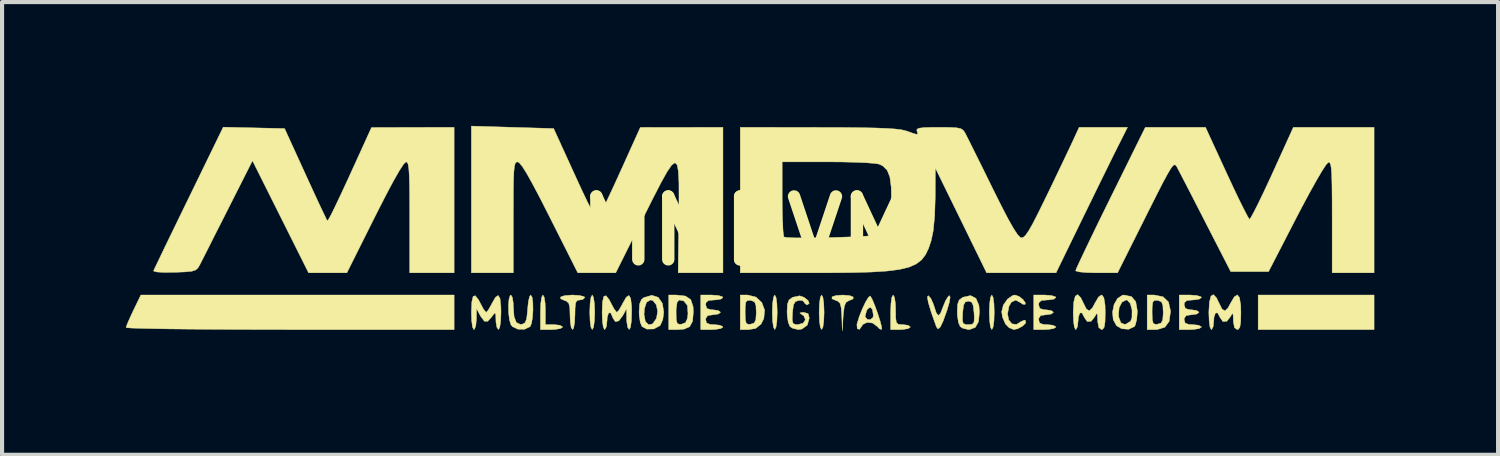
<source format=kicad_pcb>
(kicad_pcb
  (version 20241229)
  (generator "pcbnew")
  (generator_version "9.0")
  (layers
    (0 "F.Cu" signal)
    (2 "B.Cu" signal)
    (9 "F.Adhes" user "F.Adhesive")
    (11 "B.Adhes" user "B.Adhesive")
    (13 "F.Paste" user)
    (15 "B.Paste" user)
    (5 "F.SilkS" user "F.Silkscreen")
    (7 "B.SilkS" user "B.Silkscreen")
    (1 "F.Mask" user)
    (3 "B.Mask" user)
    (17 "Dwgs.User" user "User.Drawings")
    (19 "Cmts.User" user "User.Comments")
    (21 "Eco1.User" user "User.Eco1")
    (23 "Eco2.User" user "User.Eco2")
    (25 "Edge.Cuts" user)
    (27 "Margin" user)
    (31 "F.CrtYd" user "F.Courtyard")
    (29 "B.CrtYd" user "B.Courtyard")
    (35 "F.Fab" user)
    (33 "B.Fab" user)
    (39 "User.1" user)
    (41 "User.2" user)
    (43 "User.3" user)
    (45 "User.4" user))
  (footprint "MMDVM"
    (layer "F.Cu")
    (at 15.066 2.545)
    (property "Reference" "MMDVM" (at 0 0 0) (layer "F.SilkS") (effects (font (size 1.524 1.524) (thickness 0.3))))
    (attr through_hole)
    (fp_poly (pts (xy 15.18 2.391) (xy 12.371 2.391) (xy 12.371 1.554) (xy 15.18 1.554) (xy 15.18 2.391)) (stroke (width 0.01) (type solid)) (fill yes) (layer "F.SilkS"))
    (fp_poly (pts (xy -3.735 1.609) (xy -3.713 1.757) (xy -3.705 1.972) (xy -3.705 1.972) (xy -3.713 2.187) (xy -3.734 2.335) (xy -3.765 2.391) (xy -3.765 2.391) (xy -3.796 2.335) (xy -3.817 2.187) (xy -3.825 1.973) (xy -3.825 1.972) (xy -3.817 1.758) (xy -3.796 1.609) (xy -3.765 1.554) (xy -3.765 1.554) (xy -3.735 1.609)) (stroke (width 0.01) (type solid)) (fill yes) (layer "F.SilkS"))
    (fp_poly (pts (xy 0.688 1.609) (xy 0.709 1.757) (xy 0.717 1.972) (xy 0.717 1.972) (xy 0.709 2.187) (xy 0.688 2.335) (xy 0.657 2.391) (xy 0.657 2.391) (xy 0.627 2.335) (xy 0.606 2.187) (xy 0.598 1.973) (xy 0.598 1.972) (xy 0.606 1.758) (xy 0.627 1.609) (xy 0.657 1.554) (xy 0.657 1.554) (xy 0.688 1.609)) (stroke (width 0.01) (type solid)) (fill yes) (layer "F.SilkS"))
    (fp_poly (pts (xy 1.824 1.609) (xy 1.845 1.757) (xy 1.853 1.972) (xy 1.853 1.972) (xy 1.845 2.187) (xy 1.824 2.335) (xy 1.793 2.391) (xy 1.793 2.391) (xy 1.762 2.335) (xy 1.741 2.187) (xy 1.733 1.973) (xy 1.733 1.972) (xy 1.741 1.758) (xy 1.762 1.609) (xy 1.793 1.554) (xy 1.793 1.554) (xy 1.824 1.609)) (stroke (width 0.01) (type solid)) (fill yes) (layer "F.SilkS"))
    (fp_poly (pts (xy 5.947 1.609) (xy 5.969 1.757) (xy 5.976 1.972) (xy 5.976 1.972) (xy 5.969 2.187) (xy 5.947 2.335) (xy 5.917 2.391) (xy 5.917 2.391) (xy 5.886 2.335) (xy 5.865 2.187) (xy 5.857 1.973) (xy 5.857 1.972) (xy 5.865 1.758) (xy 5.886 1.609) (xy 5.917 1.554) (xy 5.917 1.554) (xy 5.947 1.609)) (stroke (width 0.01) (type solid)) (fill yes) (layer "F.SilkS"))
    (fp_poly (pts (xy -4.929 1.608) (xy -4.907 1.751) (xy -4.901 1.912) (xy -4.901 2.271) (xy -4.692 2.271) (xy -4.553 2.286) (xy -4.484 2.323) (xy -4.482 2.331) (xy -4.536 2.366) (xy -4.671 2.388) (xy -4.751 2.391) (xy -5.02 2.391) (xy -5.02 1.972) (xy -5.012 1.758) (xy -4.991 1.609) (xy -4.961 1.554) (xy -4.96 1.554) (xy -4.929 1.608)) (stroke (width 0.01) (type solid)) (fill yes) (layer "F.SilkS"))
    (fp_poly (pts (xy -7.112 2.391) (xy -11.086 2.391) (xy -11.764 2.39) (xy -12.404 2.388) (xy -12.999 2.384) (xy -13.538 2.38) (xy -14.01 2.375) (xy -14.408 2.368) (xy -14.719 2.361) (xy -14.936 2.354) (xy -15.047 2.345) (xy -15.061 2.341) (xy -15.036 2.266) (xy -14.972 2.117) (xy -14.883 1.925) (xy -14.882 1.923) (xy -14.703 1.554) (xy -7.112 1.554) (xy -7.112 2.391)) (stroke (width 0.01) (type solid)) (fill yes) (layer "F.SilkS"))
    (fp_poly (pts (xy 2.473 1.568) (xy 2.561 1.603) (xy 2.553 1.649) (xy 2.454 1.69) (xy 2.385 1.73) (xy 2.344 1.823) (xy 2.321 1.998) (xy 2.315 2.07) (xy 2.294 2.42) (xy 2.282 2.071) (xy 2.269 1.869) (xy 2.241 1.756) (xy 2.185 1.702) (xy 2.152 1.691) (xy 2.045 1.645) (xy 2.045 1.599) (xy 2.141 1.566) (xy 2.301 1.554) (xy 2.473 1.568)) (stroke (width 0.01) (type solid)) (fill yes) (layer "F.SilkS"))
    (fp_poly (pts (xy 3.558 1.608) (xy 3.58 1.751) (xy 3.586 1.912) (xy 3.588 2.111) (xy 3.605 2.218) (xy 3.649 2.262) (xy 3.736 2.271) (xy 3.765 2.271) (xy 3.891 2.288) (xy 3.944 2.33) (xy 3.944 2.331) (xy 3.891 2.368) (xy 3.759 2.389) (xy 3.705 2.391) (xy 3.466 2.391) (xy 3.466 1.972) (xy 3.474 1.758) (xy 3.495 1.609) (xy 3.526 1.554) (xy 3.526 1.554) (xy 3.558 1.608)) (stroke (width 0.01) (type solid)) (fill yes) (layer "F.SilkS"))
    (fp_poly (pts (xy 4.908 1.606) (xy 4.885 1.741) (xy 4.831 1.923) (xy 4.739 2.182) (xy 4.668 2.33) (xy 4.615 2.376) (xy 4.575 2.326) (xy 4.452 1.979) (xy 4.379 1.738) (xy 4.355 1.602) (xy 4.379 1.569) (xy 4.441 1.638) (xy 4.502 1.776) (xy 4.512 1.808) (xy 4.571 1.987) (xy 4.622 2.05) (xy 4.674 1.999) (xy 4.734 1.845) (xy 4.799 1.686) (xy 4.865 1.584) (xy 4.887 1.568) (xy 4.908 1.606)) (stroke (width 0.01) (type solid)) (fill yes) (layer "F.SilkS"))
    (fp_poly (pts (xy -4.073 1.565) (xy -3.965 1.592) (xy -3.944 1.614) (xy -3.995 1.662) (xy -4.064 1.673) (xy -4.131 1.686) (xy -4.167 1.744) (xy -4.181 1.873) (xy -4.184 2.032) (xy -4.193 2.223) (xy -4.216 2.352) (xy -4.243 2.391) (xy -4.276 2.337) (xy -4.297 2.197) (xy -4.303 2.056) (xy -4.309 1.86) (xy -4.335 1.752) (xy -4.39 1.702) (xy -4.423 1.691) (xy -4.53 1.645) (xy -4.53 1.601) (xy -4.435 1.568) (xy -4.254 1.554) (xy -4.243 1.554) (xy -4.073 1.565)) (stroke (width 0.01) (type solid)) (fill yes) (layer "F.SilkS"))
    (fp_poly (pts (xy -1.507 1.579) (xy -1.378 1.665) (xy -1.322 1.833) (xy -1.315 1.962) (xy -1.334 2.189) (xy -1.404 2.321) (xy -1.542 2.381) (xy -1.685 2.391) (xy -1.912 2.391) (xy -1.912 1.976) (xy -1.733 1.976) (xy -1.729 2.154) (xy -1.706 2.241) (xy -1.652 2.265) (xy -1.599 2.26) (xy -1.506 2.224) (xy -1.46 2.126) (xy -1.445 2.008) (xy -1.459 1.808) (xy -1.543 1.7) (xy -1.658 1.674) (xy -1.709 1.73) (xy -1.732 1.9) (xy -1.733 1.976) (xy -1.912 1.976) (xy -1.912 1.554) (xy -1.729 1.554) (xy -1.507 1.579)) (stroke (width 0.01) (type solid)) (fill yes) (layer "F.SilkS"))
    (fp_poly (pts (xy 6.575 1.587) (xy 6.671 1.661) (xy 6.729 1.741) (xy 6.725 1.781) (xy 6.662 1.775) (xy 6.621 1.744) (xy 6.498 1.677) (xy 6.392 1.725) (xy 6.333 1.827) (xy 6.298 2.011) (xy 6.328 2.16) (xy 6.407 2.253) (xy 6.517 2.266) (xy 6.621 2.2) (xy 6.704 2.162) (xy 6.737 2.175) (xy 6.734 2.237) (xy 6.655 2.312) (xy 6.54 2.372) (xy 6.447 2.391) (xy 6.336 2.345) (xy 6.249 2.258) (xy 6.177 2.094) (xy 6.156 1.959) (xy 6.197 1.797) (xy 6.299 1.651) (xy 6.427 1.563) (xy 6.48 1.554) (xy 6.575 1.587)) (stroke (width 0.01) (type solid)) (fill yes) (layer "F.SilkS"))
    (fp_poly (pts (xy 0.202 1.604) (xy 0.343 1.735) (xy 0.412 1.918) (xy 0.393 2.123) (xy 0.325 2.258) (xy 0.194 2.364) (xy 0.026 2.391) (xy -0.179 2.391) (xy -0.179 1.972) (xy -0.06 1.972) (xy -0.055 2.152) (xy -0.033 2.24) (xy 0.019 2.265) (xy 0.075 2.26) (xy 0.159 2.232) (xy 0.198 2.157) (xy 0.209 2.002) (xy 0.209 1.972) (xy 0.201 1.803) (xy 0.167 1.719) (xy 0.09 1.687) (xy 0.075 1.684) (xy -0.004 1.683) (xy -0.044 1.728) (xy -0.058 1.846) (xy -0.06 1.972) (xy -0.179 1.972) (xy -0.179 1.554) (xy 0 1.554) (xy 0.202 1.604)) (stroke (width 0.01) (type solid)) (fill yes) (layer "F.SilkS"))
    (fp_poly (pts (xy -5.222 1.607) (xy -5.204 1.74) (xy -5.201 1.916) (xy -5.213 2.098) (xy -5.238 2.246) (xy -5.271 2.319) (xy -5.404 2.383) (xy -5.565 2.382) (xy -5.7 2.319) (xy -5.735 2.275) (xy -5.771 2.155) (xy -5.791 1.986) (xy -5.795 1.805) (xy -5.782 1.651) (xy -5.753 1.562) (xy -5.737 1.554) (xy -5.702 1.607) (xy -5.68 1.744) (xy -5.677 1.838) (xy -5.659 2.081) (xy -5.604 2.22) (xy -5.507 2.266) (xy -5.461 2.261) (xy -5.395 2.227) (xy -5.356 2.137) (xy -5.335 1.963) (xy -5.331 1.897) (xy -5.312 1.712) (xy -5.283 1.588) (xy -5.256 1.554) (xy -5.222 1.607)) (stroke (width 0.01) (type solid)) (fill yes) (layer "F.SilkS"))
    (fp_poly (pts (xy 10.066 1.596) (xy 10.198 1.722) (xy 10.247 1.935) (xy 10.247 1.959) (xy 10.214 2.193) (xy 10.112 2.333) (xy 9.932 2.389) (xy 9.884 2.391) (xy 9.682 2.391) (xy 9.682 1.972) (xy 9.801 1.972) (xy 9.806 2.152) (xy 9.828 2.24) (xy 9.881 2.265) (xy 9.936 2.26) (xy 10.02 2.232) (xy 10.059 2.157) (xy 10.07 2.002) (xy 10.07 1.972) (xy 10.062 1.803) (xy 10.028 1.719) (xy 9.951 1.687) (xy 9.936 1.684) (xy 9.857 1.683) (xy 9.817 1.728) (xy 9.803 1.846) (xy 9.801 1.972) (xy 9.682 1.972) (xy 9.682 1.554) (xy 9.85 1.554) (xy 10.066 1.596)) (stroke (width 0.01) (type solid)) (fill yes) (layer "F.SilkS"))
    (fp_poly (pts (xy -2.165 1.611) (xy -2.065 1.758) (xy -2.032 1.972) (xy -2.056 2.153) (xy -2.117 2.287) (xy -2.126 2.297) (xy -2.273 2.376) (xy -2.44 2.38) (xy -2.558 2.319) (xy -2.601 2.22) (xy -2.626 2.051) (xy -2.627 2.027) (xy -2.51 2.027) (xy -2.478 2.196) (xy -2.4 2.274) (xy -2.303 2.254) (xy -2.214 2.127) (xy -2.206 2.108) (xy -2.18 1.942) (xy -2.214 1.789) (xy -2.294 1.69) (xy -2.353 1.673) (xy -2.449 1.728) (xy -2.501 1.886) (xy -2.51 2.027) (xy -2.627 2.027) (xy -2.63 1.962) (xy -2.617 1.77) (xy -2.571 1.661) (xy -2.514 1.616) (xy -2.32 1.56) (xy -2.165 1.611)) (stroke (width 0.01) (type solid)) (fill yes) (layer "F.SilkS"))
    (fp_poly (pts (xy 9.301 1.592) (xy 9.405 1.713) (xy 9.442 1.928) (xy 9.443 1.962) (xy 9.429 2.146) (xy 9.393 2.284) (xy 9.371 2.319) (xy 9.232 2.384) (xy 9.064 2.37) (xy 8.939 2.297) (xy 8.859 2.151) (xy 8.848 2.032) (xy 8.986 2.032) (xy 8.996 2.099) (xy 9.044 2.226) (xy 9.128 2.263) (xy 9.164 2.26) (xy 9.28 2.191) (xy 9.313 2.101) (xy 9.315 1.915) (xy 9.274 1.762) (xy 9.202 1.679) (xy 9.175 1.673) (xy 9.071 1.726) (xy 9.003 1.858) (xy 8.986 2.032) (xy 8.848 2.032) (xy 8.842 1.968) (xy 8.88 1.784) (xy 8.964 1.636) (xy 9.084 1.558) (xy 9.122 1.554) (xy 9.301 1.592)) (stroke (width 0.01) (type solid)) (fill yes) (layer "F.SilkS"))
    (fp_poly (pts (xy -0.706 1.566) (xy -0.61 1.596) (xy -0.598 1.614) (xy -0.65 1.653) (xy -0.779 1.673) (xy -0.807 1.673) (xy -0.951 1.687) (xy -1.009 1.739) (xy -1.016 1.793) (xy -0.988 1.88) (xy -0.883 1.911) (xy -0.837 1.912) (xy -0.711 1.93) (xy -0.657 1.971) (xy -0.657 1.972) (xy -0.709 2.014) (xy -0.834 2.032) (xy -0.837 2.032) (xy -0.968 2.051) (xy -1.014 2.121) (xy -1.016 2.152) (xy -0.993 2.234) (xy -0.901 2.267) (xy -0.807 2.271) (xy -0.669 2.286) (xy -0.599 2.323) (xy -0.598 2.331) (xy -0.651 2.366) (xy -0.786 2.388) (xy -0.867 2.391) (xy -1.136 2.391) (xy -1.136 1.554) (xy -0.867 1.554) (xy -0.706 1.566)) (stroke (width 0.01) (type solid)) (fill yes) (layer "F.SilkS"))
    (fp_poly (pts (xy 7.362 1.566) (xy 7.458 1.596) (xy 7.471 1.614) (xy 7.418 1.653) (xy 7.289 1.673) (xy 7.261 1.673) (xy 7.117 1.687) (xy 7.059 1.739) (xy 7.052 1.793) (xy 7.08 1.88) (xy 7.185 1.911) (xy 7.232 1.912) (xy 7.357 1.93) (xy 7.411 1.971) (xy 7.411 1.972) (xy 7.359 2.014) (xy 7.234 2.032) (xy 7.232 2.032) (xy 7.1 2.051) (xy 7.054 2.121) (xy 7.052 2.152) (xy 7.076 2.234) (xy 7.167 2.267) (xy 7.261 2.271) (xy 7.4 2.286) (xy 7.469 2.323) (xy 7.471 2.331) (xy 7.417 2.366) (xy 7.282 2.388) (xy 7.202 2.391) (xy 6.933 2.391) (xy 6.933 1.554) (xy 7.202 1.554) (xy 7.362 1.566)) (stroke (width 0.01) (type solid)) (fill yes) (layer "F.SilkS"))
    (fp_poly (pts (xy 10.888 1.566) (xy 10.984 1.596) (xy 10.997 1.614) (xy 10.944 1.653) (xy 10.815 1.673) (xy 10.788 1.673) (xy 10.643 1.687) (xy 10.585 1.739) (xy 10.578 1.793) (xy 10.607 1.88) (xy 10.711 1.911) (xy 10.758 1.912) (xy 10.884 1.93) (xy 10.937 1.971) (xy 10.937 1.972) (xy 10.885 2.014) (xy 10.76 2.032) (xy 10.758 2.032) (xy 10.626 2.051) (xy 10.58 2.121) (xy 10.578 2.152) (xy 10.602 2.234) (xy 10.693 2.267) (xy 10.788 2.271) (xy 10.926 2.286) (xy 10.995 2.323) (xy 10.997 2.331) (xy 10.943 2.366) (xy 10.808 2.388) (xy 10.728 2.391) (xy 10.459 2.391) (xy 10.459 1.554) (xy 10.728 1.554) (xy 10.888 1.566)) (stroke (width 0.01) (type solid)) (fill yes) (layer "F.SilkS"))
    (fp_poly (pts (xy 2.973 1.579) (xy 3.02 1.66) (xy 3.082 1.81) (xy 3.149 1.993) (xy 3.207 2.175) (xy 3.245 2.318) (xy 3.25 2.388) (xy 3.249 2.388) (xy 3.195 2.373) (xy 3.141 2.316) (xy 3.03 2.233) (xy 2.897 2.216) (xy 2.792 2.266) (xy 2.771 2.301) (xy 2.71 2.386) (xy 2.657 2.37) (xy 2.648 2.269) (xy 2.653 2.247) (xy 2.706 2.075) (xy 2.845 2.075) (xy 2.897 2.142) (xy 2.968 2.152) (xy 3.035 2.103) (xy 3.047 2.047) (xy 3.024 1.902) (xy 2.97 1.848) (xy 2.904 1.896) (xy 2.883 1.935) (xy 2.845 2.075) (xy 2.706 2.075) (xy 2.707 2.072) (xy 2.781 1.887) (xy 2.859 1.723) (xy 2.927 1.61) (xy 2.972 1.577) (xy 2.973 1.579)) (stroke (width 0.01) (type solid)) (fill yes) (layer "F.SilkS"))
    (fp_poly (pts (xy 5.532 1.634) (xy 5.604 1.801) (xy 5.618 1.962) (xy 5.595 2.198) (xy 5.52 2.336) (xy 5.386 2.389) (xy 5.349 2.391) (xy 5.212 2.358) (xy 5.152 2.319) (xy 5.109 2.22) (xy 5.1 2.158) (xy 5.205 2.158) (xy 5.224 2.242) (xy 5.286 2.269) (xy 5.349 2.271) (xy 5.442 2.263) (xy 5.485 2.217) (xy 5.493 2.103) (xy 5.487 1.987) (xy 5.467 1.812) (xy 5.43 1.727) (xy 5.359 1.703) (xy 5.349 1.703) (xy 5.274 1.722) (xy 5.233 1.799) (xy 5.213 1.963) (xy 5.211 1.987) (xy 5.205 2.158) (xy 5.1 2.158) (xy 5.083 2.051) (xy 5.08 1.959) (xy 5.089 1.776) (xy 5.127 1.674) (xy 5.208 1.613) (xy 5.222 1.606) (xy 5.402 1.567) (xy 5.532 1.634)) (stroke (width 0.01) (type solid)) (fill yes) (layer "F.SilkS"))
    (fp_poly (pts (xy 1.367 1.61) (xy 1.465 1.687) (xy 1.493 1.759) (xy 1.44 1.793) (xy 1.434 1.793) (xy 1.377 1.747) (xy 1.375 1.729) (xy 1.325 1.687) (xy 1.24 1.684) (xy 1.156 1.714) (xy 1.111 1.793) (xy 1.09 1.953) (xy 1.087 1.987) (xy 1.081 2.158) (xy 1.101 2.242) (xy 1.161 2.269) (xy 1.216 2.271) (xy 1.344 2.236) (xy 1.4 2.155) (xy 1.365 2.064) (xy 1.327 2.035) (xy 1.265 1.991) (xy 1.311 1.975) (xy 1.36 1.974) (xy 1.466 2.004) (xy 1.494 2.11) (xy 1.447 2.283) (xy 1.316 2.378) (xy 1.225 2.391) (xy 1.088 2.358) (xy 1.028 2.319) (xy 0.985 2.22) (xy 0.96 2.051) (xy 0.956 1.959) (xy 0.965 1.776) (xy 1.003 1.674) (xy 1.085 1.613) (xy 1.098 1.606) (xy 1.261 1.573) (xy 1.367 1.61)) (stroke (width 0.01) (type solid)) (fill yes) (layer "F.SilkS"))
    (fp_poly (pts (xy -6 1.638) (xy -5.979 1.827) (xy -5.976 1.972) (xy -5.984 2.187) (xy -6.006 2.335) (xy -6.036 2.391) (xy -6.036 2.391) (xy -6.075 2.338) (xy -6.098 2.207) (xy -6.099 2.166) (xy -6.104 2.024) (xy -6.123 1.987) (xy -6.172 2.042) (xy -6.196 2.077) (xy -6.295 2.188) (xy -6.376 2.19) (xy -6.462 2.079) (xy -6.48 2.047) (xy -6.569 1.883) (xy -6.572 2.137) (xy -6.586 2.292) (xy -6.618 2.382) (xy -6.634 2.391) (xy -6.665 2.335) (xy -6.686 2.187) (xy -6.694 1.973) (xy -6.694 1.972) (xy -6.683 1.722) (xy -6.652 1.588) (xy -6.599 1.571) (xy -6.522 1.668) (xy -6.472 1.763) (xy -6.4 1.897) (xy -6.344 1.968) (xy -6.335 1.972) (xy -6.288 1.924) (xy -6.218 1.803) (xy -6.198 1.763) (xy -6.108 1.607) (xy -6.043 1.565) (xy -6 1.638)) (stroke (width 0.01) (type solid)) (fill yes) (layer "F.SilkS"))
    (fp_poly (pts (xy -2.833 1.638) (xy -2.812 1.827) (xy -2.809 1.972) (xy -2.817 2.187) (xy -2.838 2.335) (xy -2.869 2.391) (xy -2.869 2.391) (xy -2.906 2.337) (xy -2.928 2.203) (xy -2.931 2.137) (xy -2.933 1.883) (xy -3.022 2.047) (xy -3.12 2.179) (xy -3.204 2.2) (xy -3.265 2.109) (xy -3.27 2.092) (xy -3.318 1.986) (xy -3.367 1.988) (xy -3.401 2.087) (xy -3.407 2.181) (xy -3.422 2.32) (xy -3.459 2.389) (xy -3.466 2.391) (xy -3.497 2.335) (xy -3.518 2.187) (xy -3.526 1.973) (xy -3.526 1.972) (xy -3.516 1.722) (xy -3.485 1.588) (xy -3.431 1.571) (xy -3.354 1.668) (xy -3.305 1.763) (xy -3.232 1.897) (xy -3.177 1.968) (xy -3.168 1.972) (xy -3.12 1.924) (xy -3.05 1.803) (xy -3.03 1.763) (xy -2.941 1.607) (xy -2.875 1.565) (xy -2.833 1.638)) (stroke (width 0.01) (type solid)) (fill yes) (layer "F.SilkS"))
    (fp_poly (pts (xy 8.073 1.62) (xy 8.129 1.734) (xy 8.209 1.894) (xy 8.279 1.938) (xy 8.353 1.868) (xy 8.407 1.766) (xy 8.504 1.6) (xy 8.58 1.55) (xy 8.632 1.617) (xy 8.661 1.798) (xy 8.666 1.972) (xy 8.661 2.2) (xy 8.642 2.33) (xy 8.604 2.384) (xy 8.576 2.391) (xy 8.511 2.346) (xy 8.484 2.203) (xy 8.483 2.166) (xy 8.477 2.029) (xy 8.46 1.998) (xy 8.422 2.06) (xy 8.414 2.077) (xy 8.324 2.19) (xy 8.23 2.196) (xy 8.159 2.096) (xy 8.158 2.092) (xy 8.102 1.986) (xy 8.049 1.99) (xy 8.014 2.093) (xy 8.008 2.181) (xy 7.993 2.32) (xy 7.957 2.389) (xy 7.949 2.391) (xy 7.918 2.335) (xy 7.897 2.187) (xy 7.889 1.973) (xy 7.889 1.972) (xy 7.903 1.724) (xy 7.94 1.58) (xy 7.999 1.544) (xy 8.073 1.62)) (stroke (width 0.01) (type solid)) (fill yes) (layer "F.SilkS"))
    (fp_poly (pts (xy 11.36 1.62) (xy 11.416 1.734) (xy 11.496 1.894) (xy 11.566 1.938) (xy 11.64 1.868) (xy 11.695 1.766) (xy 11.791 1.6) (xy 11.867 1.55) (xy 11.919 1.617) (xy 11.948 1.798) (xy 11.953 1.972) (xy 11.948 2.2) (xy 11.929 2.33) (xy 11.891 2.384) (xy 11.863 2.391) (xy 11.798 2.346) (xy 11.771 2.203) (xy 11.77 2.166) (xy 11.764 2.029) (xy 11.747 1.998) (xy 11.709 2.06) (xy 11.701 2.077) (xy 11.611 2.19) (xy 11.517 2.196) (xy 11.446 2.096) (xy 11.445 2.092) (xy 11.389 1.986) (xy 11.336 1.99) (xy 11.301 2.093) (xy 11.296 2.181) (xy 11.281 2.32) (xy 11.244 2.389) (xy 11.236 2.391) (xy 11.205 2.335) (xy 11.184 2.187) (xy 11.176 1.973) (xy 11.176 1.972) (xy 11.19 1.724) (xy 11.228 1.58) (xy 11.286 1.544) (xy 11.36 1.62)) (stroke (width 0.01) (type solid)) (fill yes) (layer "F.SilkS"))
    (fp_poly (pts (xy -5.697 -2.51) (xy -4.7 -2.48) (xy -4.188 -1.358) (xy -4.009 -0.969) (xy -3.871 -0.681) (xy -3.768 -0.483) (xy -3.694 -0.364) (xy -3.644 -0.314) (xy -3.613 -0.323) (xy -3.569 -0.403) (xy -3.485 -0.573) (xy -3.37 -0.816) (xy -3.232 -1.112) (xy -3.081 -1.443) (xy -3.074 -1.458) (xy -2.6 -2.507) (xy -1.599 -2.508) (xy -0.598 -2.51) (xy -0.598 1.016) (xy -1.683 1.016) (xy -1.667 -0.314) (xy -1.663 -0.797) (xy -1.664 -1.172) (xy -1.677 -1.44) (xy -1.707 -1.599) (xy -1.759 -1.652) (xy -1.839 -1.597) (xy -1.951 -1.434) (xy -2.101 -1.165) (xy -2.295 -0.788) (xy -2.523 -0.333) (xy -3.196 1.016) (xy -4.115 1.016) (xy -4.792 -0.328) (xy -5.021 -0.779) (xy -5.206 -1.129) (xy -5.349 -1.386) (xy -5.456 -1.557) (xy -5.532 -1.65) (xy -5.573 -1.673) (xy -5.607 -1.665) (xy -5.633 -1.632) (xy -5.651 -1.56) (xy -5.664 -1.433) (xy -5.672 -1.238) (xy -5.676 -0.96) (xy -5.677 -0.585) (xy -5.678 -0.329) (xy -5.678 1.016) (xy -6.694 1.016) (xy -6.694 -0.762) (xy -6.694 -2.54) (xy -5.697 -2.51)) (stroke (width 0.01) (type solid)) (fill yes) (layer "F.SilkS"))
    (fp_poly (pts (xy -11.22 -2.48) (xy -10.715 -1.375) (xy -10.561 -1.039) (xy -10.424 -0.742) (xy -10.31 -0.5) (xy -10.229 -0.33) (xy -10.188 -0.249) (xy -10.185 -0.245) (xy -10.159 -0.273) (xy -10.098 -0.382) (xy -10.001 -0.578) (xy -9.865 -0.864) (xy -9.687 -1.248) (xy -9.465 -1.733) (xy -9.337 -2.015) (xy -9.114 -2.505) (xy -8.113 -2.508) (xy -7.112 -2.51) (xy -7.112 1.016) (xy -8.188 1.016) (xy -8.188 -0.329) (xy -8.189 -0.769) (xy -8.192 -1.103) (xy -8.199 -1.346) (xy -8.21 -1.51) (xy -8.226 -1.611) (xy -8.249 -1.66) (xy -8.278 -1.673) (xy -8.335 -1.62) (xy -8.438 -1.462) (xy -8.585 -1.205) (xy -8.772 -0.853) (xy -8.997 -0.412) (xy -9.039 -0.329) (xy -9.711 1.016) (xy -10.638 1.016) (xy -11.318 -0.343) (xy -11.998 -1.702) (xy -12.587 -0.537) (xy -12.766 -0.184) (xy -12.932 0.143) (xy -13.074 0.426) (xy -13.185 0.645) (xy -13.255 0.782) (xy -13.267 0.807) (xy -13.316 0.893) (xy -13.372 0.946) (xy -13.465 0.977) (xy -13.621 0.993) (xy -13.867 1.003) (xy -13.887 1.003) (xy -14.135 1.006) (xy -14.309 0.996) (xy -14.391 0.975) (xy -14.394 0.965) (xy -14.364 0.899) (xy -14.287 0.74) (xy -14.172 0.499) (xy -14.023 0.191) (xy -13.847 -0.171) (xy -13.651 -0.575) (xy -13.54 -0.802) (xy -12.707 -2.514) (xy -11.22 -2.48)) (stroke (width 0.01) (type solid)) (fill yes) (layer "F.SilkS"))
    (fp_poly (pts (xy 11.606 -1.401) (xy 11.762 -1.066) (xy 11.903 -0.77) (xy 12.022 -0.531) (xy 12.109 -0.363) (xy 12.156 -0.284) (xy 12.161 -0.28) (xy 12.198 -0.329) (xy 12.275 -0.47) (xy 12.385 -0.689) (xy 12.52 -0.97) (xy 12.672 -1.296) (xy 12.715 -1.39) (xy 13.224 -2.51) (xy 15.18 -2.51) (xy 15.18 1.016) (xy 14.164 1.016) (xy 14.164 -0.333) (xy 14.163 -0.771) (xy 14.16 -1.104) (xy 14.154 -1.345) (xy 14.144 -1.507) (xy 14.128 -1.606) (xy 14.106 -1.653) (xy 14.078 -1.664) (xy 14.071 -1.663) (xy 14.019 -1.606) (xy 13.92 -1.456) (xy 13.785 -1.226) (xy 13.62 -0.93) (xy 13.433 -0.582) (xy 13.301 -0.329) (xy 12.623 0.986) (xy 11.707 0.986) (xy 11.094 -0.209) (xy 10.912 -0.564) (xy 10.745 -0.89) (xy 10.6 -1.17) (xy 10.488 -1.387) (xy 10.417 -1.522) (xy 10.402 -1.551) (xy 10.375 -1.591) (xy 10.345 -1.604) (xy 10.306 -1.579) (xy 10.249 -1.504) (xy 10.17 -1.369) (xy 10.059 -1.164) (xy 9.912 -0.876) (xy 9.721 -0.497) (xy 9.643 -0.341) (xy 8.964 1.016) (xy 8.456 1.016) (xy 8.227 1.01) (xy 8.051 0.995) (xy 7.957 0.972) (xy 7.949 0.962) (xy 7.974 0.898) (xy 8.047 0.739) (xy 8.16 0.5) (xy 8.307 0.193) (xy 8.482 -0.168) (xy 8.679 -0.57) (xy 8.793 -0.801) (xy 9.637 -2.51) (xy 11.095 -2.51) (xy 11.606 -1.401)) (stroke (width 0.01) (type solid)) (fill yes) (layer "F.SilkS"))
    (fp_poly (pts (xy 8.963 -2.029) (xy 8.865 -1.833) (xy 8.727 -1.552) (xy 8.559 -1.211) (xy 8.373 -0.83) (xy 8.18 -0.435) (xy 8.097 -0.266) (xy 7.473 1.016) (xy 5.792 1.016) (xy 5.171 -0.254) (xy 4.549 -1.524) (xy 4.546 -0.803) (xy 4.532 -0.362) (xy 4.498 -0.008) (xy 4.45 0.227) (xy 4.387 0.418) (xy 4.312 0.575) (xy 4.215 0.702) (xy 4.084 0.802) (xy 3.908 0.879) (xy 3.675 0.935) (xy 3.374 0.973) (xy 2.993 0.997) (xy 2.522 1.01) (xy 1.949 1.015) (xy 1.601 1.016) (xy -0.179 1.016) (xy -0.179 -1.673) (xy 0.837 -1.673) (xy 0.837 -0.787) (xy 0.84 -0.472) (xy 0.848 -0.2) (xy 0.859 0.007) (xy 0.874 0.127) (xy 0.882 0.147) (xy 0.953 0.16) (xy 1.124 0.168) (xy 1.376 0.171) (xy 1.689 0.168) (xy 2.045 0.16) (xy 2.058 0.16) (xy 2.453 0.147) (xy 2.746 0.135) (xy 2.955 0.121) (xy 3.1 0.103) (xy 3.196 0.077) (xy 3.263 0.042) (xy 3.319 -0.005) (xy 3.336 -0.021) (xy 3.405 -0.101) (xy 3.449 -0.191) (xy 3.473 -0.32) (xy 3.483 -0.517) (xy 3.486 -0.726) (xy 3.479 -1.065) (xy 3.447 -1.306) (xy 3.383 -1.468) (xy 3.281 -1.571) (xy 3.19 -1.617) (xy 3.084 -1.635) (xy 2.88 -1.651) (xy 2.601 -1.663) (xy 2.269 -1.671) (xy 1.938 -1.673) (xy 0.837 -1.673) (xy -0.179 -1.673) (xy -0.179 -2.51) (xy 1.718 -2.507) (xy 2.28 -2.506) (xy 2.735 -2.501) (xy 3.095 -2.494) (xy 3.373 -2.483) (xy 3.581 -2.469) (xy 3.731 -2.45) (xy 3.835 -2.425) (xy 3.855 -2.419) (xy 4.024 -2.359) (xy 4.105 -2.339) (xy 4.123 -2.359) (xy 4.103 -2.419) (xy 4.102 -2.42) (xy 4.103 -2.463) (xy 4.156 -2.489) (xy 4.281 -2.504) (xy 4.498 -2.51) (xy 4.632 -2.51) (xy 4.897 -2.508) (xy 5.068 -2.498) (xy 5.171 -2.475) (xy 5.23 -2.433) (xy 5.268 -2.376) (xy 5.315 -2.284) (xy 5.406 -2.102) (xy 5.532 -1.849) (xy 5.685 -1.541) (xy 5.855 -1.195) (xy 5.928 -1.046) (xy 6.141 -0.619) (xy 6.31 -0.294) (xy 6.441 -0.062) (xy 6.538 0.086) (xy 6.607 0.158) (xy 6.63 0.168) (xy 6.679 0.158) (xy 6.738 0.103) (xy 6.815 -0.009) (xy 6.918 -0.191) (xy 7.053 -0.456) (xy 7.23 -0.818) (xy 7.231 -0.818) (xy 7.398 -1.164) (xy 7.558 -1.499) (xy 7.701 -1.798) (xy 7.813 -2.035) (xy 7.875 -2.166) (xy 8.033 -2.51) (xy 9.205 -2.51) (xy 8.963 -2.029)) (stroke (width 0.01) (type solid)) (fill yes) (layer "F.SilkS")))
  (gr_rect
    (start -3 -3)
    (end 33.251 7.97)
    (stroke (width 0.1) (type default))
    (fill no)
    (layer "Edge.Cuts")))
</source>
